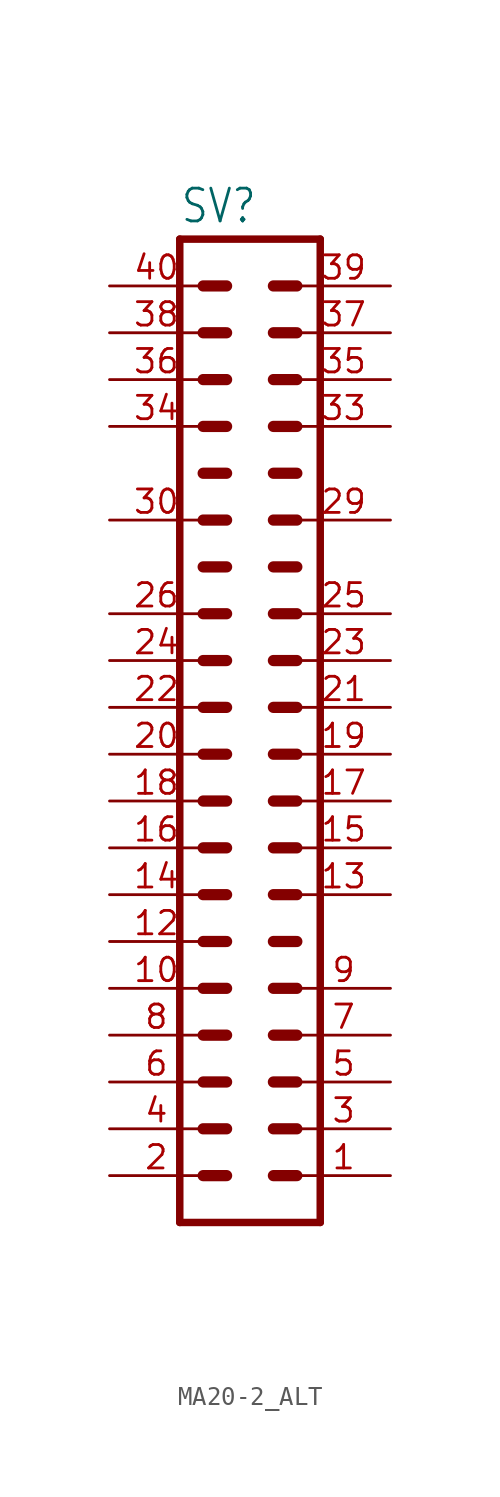
<source format=kicad_sym>
(kicad_symbol_lib
  (version 20220914)
  (generator kicad_symbol_editor)
  (symbol "MA20-2_ALT"
    (property "Reference" "SV"
      (at -3.81 26.162 0)
      (effects (font (size 1.778 1.511)) (justify left bottom)))
    (property "Value" ""
      (at -3.81 -30.48 0)
      (effects (font (size 1.778 1.511)) (justify left bottom)))
    (property "ki_locked" ""
      (at 0 0 0)
      (effects (font (size 1.27 1.27))))
    (symbol "MA20-2_ALT_1_0"
      (polyline (pts (xy -3.81 25.4) (xy -3.81 -27.94)) (stroke (width 0.406) (type solid)) (fill (type none)))
      (polyline (pts (xy -3.81 25.4) (xy 3.81 25.4)) (stroke (width 0.406) (type solid)) (fill (type none)))
      (polyline (pts (xy -2.54 -25.4) (xy -1.27 -25.4)) (stroke (width 0.61) (type solid)) (fill (type none)))
      (polyline (pts (xy -2.54 -22.86) (xy -1.27 -22.86)) (stroke (width 0.61) (type solid)) (fill (type none)))
      (polyline (pts (xy -2.54 -20.32) (xy -1.27 -20.32)) (stroke (width 0.61) (type solid)) (fill (type none)))
      (polyline (pts (xy -2.54 -17.78) (xy -1.27 -17.78)) (stroke (width 0.61) (type solid)) (fill (type none)))
      (polyline (pts (xy -2.54 -15.24) (xy -1.27 -15.24)) (stroke (width 0.61) (type solid)) (fill (type none)))
      (polyline (pts (xy -2.54 -12.7) (xy -1.27 -12.7)) (stroke (width 0.61) (type solid)) (fill (type none)))
      (polyline (pts (xy -2.54 -10.16) (xy -1.27 -10.16)) (stroke (width 0.61) (type solid)) (fill (type none)))
      (polyline (pts (xy -2.54 -7.62) (xy -1.27 -7.62)) (stroke (width 0.61) (type solid)) (fill (type none)))
      (polyline (pts (xy -2.54 -5.08) (xy -1.27 -5.08)) (stroke (width 0.61) (type solid)) (fill (type none)))
      (polyline (pts (xy -2.54 -2.54) (xy -1.27 -2.54)) (stroke (width 0.61) (type solid)) (fill (type none)))
      (polyline (pts (xy -2.54 0) (xy -1.27 0)) (stroke (width 0.61) (type solid)) (fill (type none)))
      (polyline (pts (xy -2.54 2.54) (xy -1.27 2.54)) (stroke (width 0.61) (type solid)) (fill (type none)))
      (polyline (pts (xy -2.54 5.08) (xy -1.27 5.08)) (stroke (width 0.61) (type solid)) (fill (type none)))
      (polyline (pts (xy -2.54 7.62) (xy -1.27 7.62)) (stroke (width 0.61) (type solid)) (fill (type none)))
      (polyline (pts (xy -2.54 10.16) (xy -1.27 10.16)) (stroke (width 0.61) (type solid)) (fill (type none)))
      (polyline (pts (xy -2.54 12.7) (xy -1.27 12.7)) (stroke (width 0.61) (type solid)) (fill (type none)))
      (polyline (pts (xy -2.54 15.24) (xy -1.27 15.24)) (stroke (width 0.61) (type solid)) (fill (type none)))
      (polyline (pts (xy -2.54 17.78) (xy -1.27 17.78)) (stroke (width 0.61) (type solid)) (fill (type none)))
      (polyline (pts (xy -2.54 20.32) (xy -1.27 20.32)) (stroke (width 0.61) (type solid)) (fill (type none)))
      (polyline (pts (xy -2.54 22.86) (xy -1.27 22.86)) (stroke (width 0.61) (type solid)) (fill (type none)))
      (polyline (pts (xy 1.27 -25.4) (xy 2.54 -25.4)) (stroke (width 0.61) (type solid)) (fill (type none)))
      (polyline (pts (xy 1.27 -22.86) (xy 2.54 -22.86)) (stroke (width 0.61) (type solid)) (fill (type none)))
      (polyline (pts (xy 1.27 -20.32) (xy 2.54 -20.32)) (stroke (width 0.61) (type solid)) (fill (type none)))
      (polyline (pts (xy 1.27 -17.78) (xy 2.54 -17.78)) (stroke (width 0.61) (type solid)) (fill (type none)))
      (polyline (pts (xy 1.27 -15.24) (xy 2.54 -15.24)) (stroke (width 0.61) (type solid)) (fill (type none)))
      (polyline (pts (xy 1.27 -12.7) (xy 2.54 -12.7)) (stroke (width 0.61) (type solid)) (fill (type none)))
      (polyline (pts (xy 1.27 -10.16) (xy 2.54 -10.16)) (stroke (width 0.61) (type solid)) (fill (type none)))
      (polyline (pts (xy 1.27 -7.62) (xy 2.54 -7.62)) (stroke (width 0.61) (type solid)) (fill (type none)))
      (polyline (pts (xy 1.27 -5.08) (xy 2.54 -5.08)) (stroke (width 0.61) (type solid)) (fill (type none)))
      (polyline (pts (xy 1.27 -2.54) (xy 2.54 -2.54)) (stroke (width 0.61) (type solid)) (fill (type none)))
      (polyline (pts (xy 1.27 0) (xy 2.54 0)) (stroke (width 0.61) (type solid)) (fill (type none)))
      (polyline (pts (xy 1.27 2.54) (xy 2.54 2.54)) (stroke (width 0.61) (type solid)) (fill (type none)))
      (polyline (pts (xy 1.27 5.08) (xy 2.54 5.08)) (stroke (width 0.61) (type solid)) (fill (type none)))
      (polyline (pts (xy 1.27 7.62) (xy 2.54 7.62)) (stroke (width 0.61) (type solid)) (fill (type none)))
      (polyline (pts (xy 1.27 10.16) (xy 2.54 10.16)) (stroke (width 0.61) (type solid)) (fill (type none)))
      (polyline (pts (xy 1.27 12.7) (xy 2.54 12.7)) (stroke (width 0.61) (type solid)) (fill (type none)))
      (polyline (pts (xy 1.27 15.24) (xy 2.54 15.24)) (stroke (width 0.61) (type solid)) (fill (type none)))
      (polyline (pts (xy 1.27 17.78) (xy 2.54 17.78)) (stroke (width 0.61) (type solid)) (fill (type none)))
      (polyline (pts (xy 1.27 20.32) (xy 2.54 20.32)) (stroke (width 0.61) (type solid)) (fill (type none)))
      (polyline (pts (xy 1.27 22.86) (xy 2.54 22.86)) (stroke (width 0.61) (type solid)) (fill (type none)))
      (polyline (pts (xy 3.81 -27.94) (xy -3.81 -27.94)) (stroke (width 0.406) (type solid)) (fill (type none)))
      (polyline (pts (xy 3.81 -27.94) (xy 3.81 25.4)) (stroke (width 0.406) (type solid)) (fill (type none)))
      (pin passive line (at 7.62 -25.4 180) (length 5.08) (name "1" (effects (font (size 0 0)))) (number "1" (effects (font (size 1.27 1.27)))))
      (pin passive line (at -7.62 -15.24 0) (length 5.08) (name "10" (effects (font (size 0 0)))) (number "10" (effects (font (size 1.27 1.27)))))
      (pin passive line (at -7.62 -12.7 0) (length 5.08) (name "12" (effects (font (size 0 0)))) (number "12" (effects (font (size 1.27 1.27)))))
      (pin passive line (at 7.62 -10.16 180) (length 5.08) (name "13" (effects (font (size 0 0)))) (number "13" (effects (font (size 1.27 1.27)))))
      (pin passive line (at -7.62 -10.16 0) (length 5.08) (name "14" (effects (font (size 0 0)))) (number "14" (effects (font (size 1.27 1.27)))))
      (pin passive line (at 7.62 -7.62 180) (length 5.08) (name "15" (effects (font (size 0 0)))) (number "15" (effects (font (size 1.27 1.27)))))
      (pin passive line (at -7.62 -7.62 0) (length 5.08) (name "16" (effects (font (size 0 0)))) (number "16" (effects (font (size 1.27 1.27)))))
      (pin passive line (at 7.62 -5.08 180) (length 5.08) (name "17" (effects (font (size 0 0)))) (number "17" (effects (font (size 1.27 1.27)))))
      (pin passive line (at -7.62 -5.08 0) (length 5.08) (name "18" (effects (font (size 0 0)))) (number "18" (effects (font (size 1.27 1.27)))))
      (pin passive line (at 7.62 -2.54 180) (length 5.08) (name "19" (effects (font (size 0 0)))) (number "19" (effects (font (size 1.27 1.27)))))
      (pin passive line (at -7.62 -25.4 0) (length 5.08) (name "2" (effects (font (size 0 0)))) (number "2" (effects (font (size 1.27 1.27)))))
      (pin passive line (at -7.62 -2.54 0) (length 5.08) (name "20" (effects (font (size 0 0)))) (number "20" (effects (font (size 1.27 1.27)))))
      (pin passive line (at 7.62 0 180) (length 5.08) (name "21" (effects (font (size 0 0)))) (number "21" (effects (font (size 1.27 1.27)))))
      (pin passive line (at -7.62 0 0) (length 5.08) (name "22" (effects (font (size 0 0)))) (number "22" (effects (font (size 1.27 1.27)))))
      (pin passive line (at 7.62 2.54 180) (length 5.08) (name "23" (effects (font (size 0 0)))) (number "23" (effects (font (size 1.27 1.27)))))
      (pin passive line (at -7.62 2.54 0) (length 5.08) (name "24" (effects (font (size 0 0)))) (number "24" (effects (font (size 1.27 1.27)))))
      (pin passive line (at 7.62 5.08 180) (length 5.08) (name "25" (effects (font (size 0 0)))) (number "25" (effects (font (size 1.27 1.27)))))
      (pin passive line (at -7.62 5.08 0) (length 5.08) (name "26" (effects (font (size 0 0)))) (number "26" (effects (font (size 1.27 1.27)))))
      (pin passive line (at 7.62 10.16 180) (length 5.08) (name "29" (effects (font (size 0 0)))) (number "29" (effects (font (size 1.27 1.27)))))
      (pin passive line (at 7.62 -22.86 180) (length 5.08) (name "3" (effects (font (size 0 0)))) (number "3" (effects (font (size 1.27 1.27)))))
      (pin passive line (at -7.62 10.16 0) (length 5.08) (name "30" (effects (font (size 0 0)))) (number "30" (effects (font (size 1.27 1.27)))))
      (pin passive line (at 7.62 15.24 180) (length 5.08) (name "33" (effects (font (size 0 0)))) (number "33" (effects (font (size 1.27 1.27)))))
      (pin passive line (at -7.62 15.24 0) (length 5.08) (name "34" (effects (font (size 0 0)))) (number "34" (effects (font (size 1.27 1.27)))))
      (pin passive line (at 7.62 17.78 180) (length 5.08) (name "35" (effects (font (size 0 0)))) (number "35" (effects (font (size 1.27 1.27)))))
      (pin passive line (at -7.62 17.78 0) (length 5.08) (name "36" (effects (font (size 0 0)))) (number "36" (effects (font (size 1.27 1.27)))))
      (pin passive line (at 7.62 20.32 180) (length 5.08) (name "37" (effects (font (size 0 0)))) (number "37" (effects (font (size 1.27 1.27)))))
      (pin passive line (at -7.62 20.32 0) (length 5.08) (name "38" (effects (font (size 0 0)))) (number "38" (effects (font (size 1.27 1.27)))))
      (pin passive line (at 7.62 22.86 180) (length 5.08) (name "39" (effects (font (size 0 0)))) (number "39" (effects (font (size 1.27 1.27)))))
      (pin passive line (at -7.62 -22.86 0) (length 5.08) (name "4" (effects (font (size 0 0)))) (number "4" (effects (font (size 1.27 1.27)))))
      (pin passive line (at -7.62 22.86 0) (length 5.08) (name "40" (effects (font (size 0 0)))) (number "40" (effects (font (size 1.27 1.27)))))
      (pin passive line (at 7.62 -20.32 180) (length 5.08) (name "5" (effects (font (size 0 0)))) (number "5" (effects (font (size 1.27 1.27)))))
      (pin passive line (at -7.62 -20.32 0) (length 5.08) (name "6" (effects (font (size 0 0)))) (number "6" (effects (font (size 1.27 1.27)))))
      (pin passive line (at 7.62 -17.78 180) (length 5.08) (name "7" (effects (font (size 0 0)))) (number "7" (effects (font (size 1.27 1.27)))))
      (pin passive line (at -7.62 -17.78 0) (length 5.08) (name "8" (effects (font (size 0 0)))) (number "8" (effects (font (size 1.27 1.27)))))
      (pin passive line (at 7.62 -15.24 180) (length 5.08) (name "9" (effects (font (size 0 0)))) (number "9" (effects (font (size 1.27 1.27))))))))
</source>
